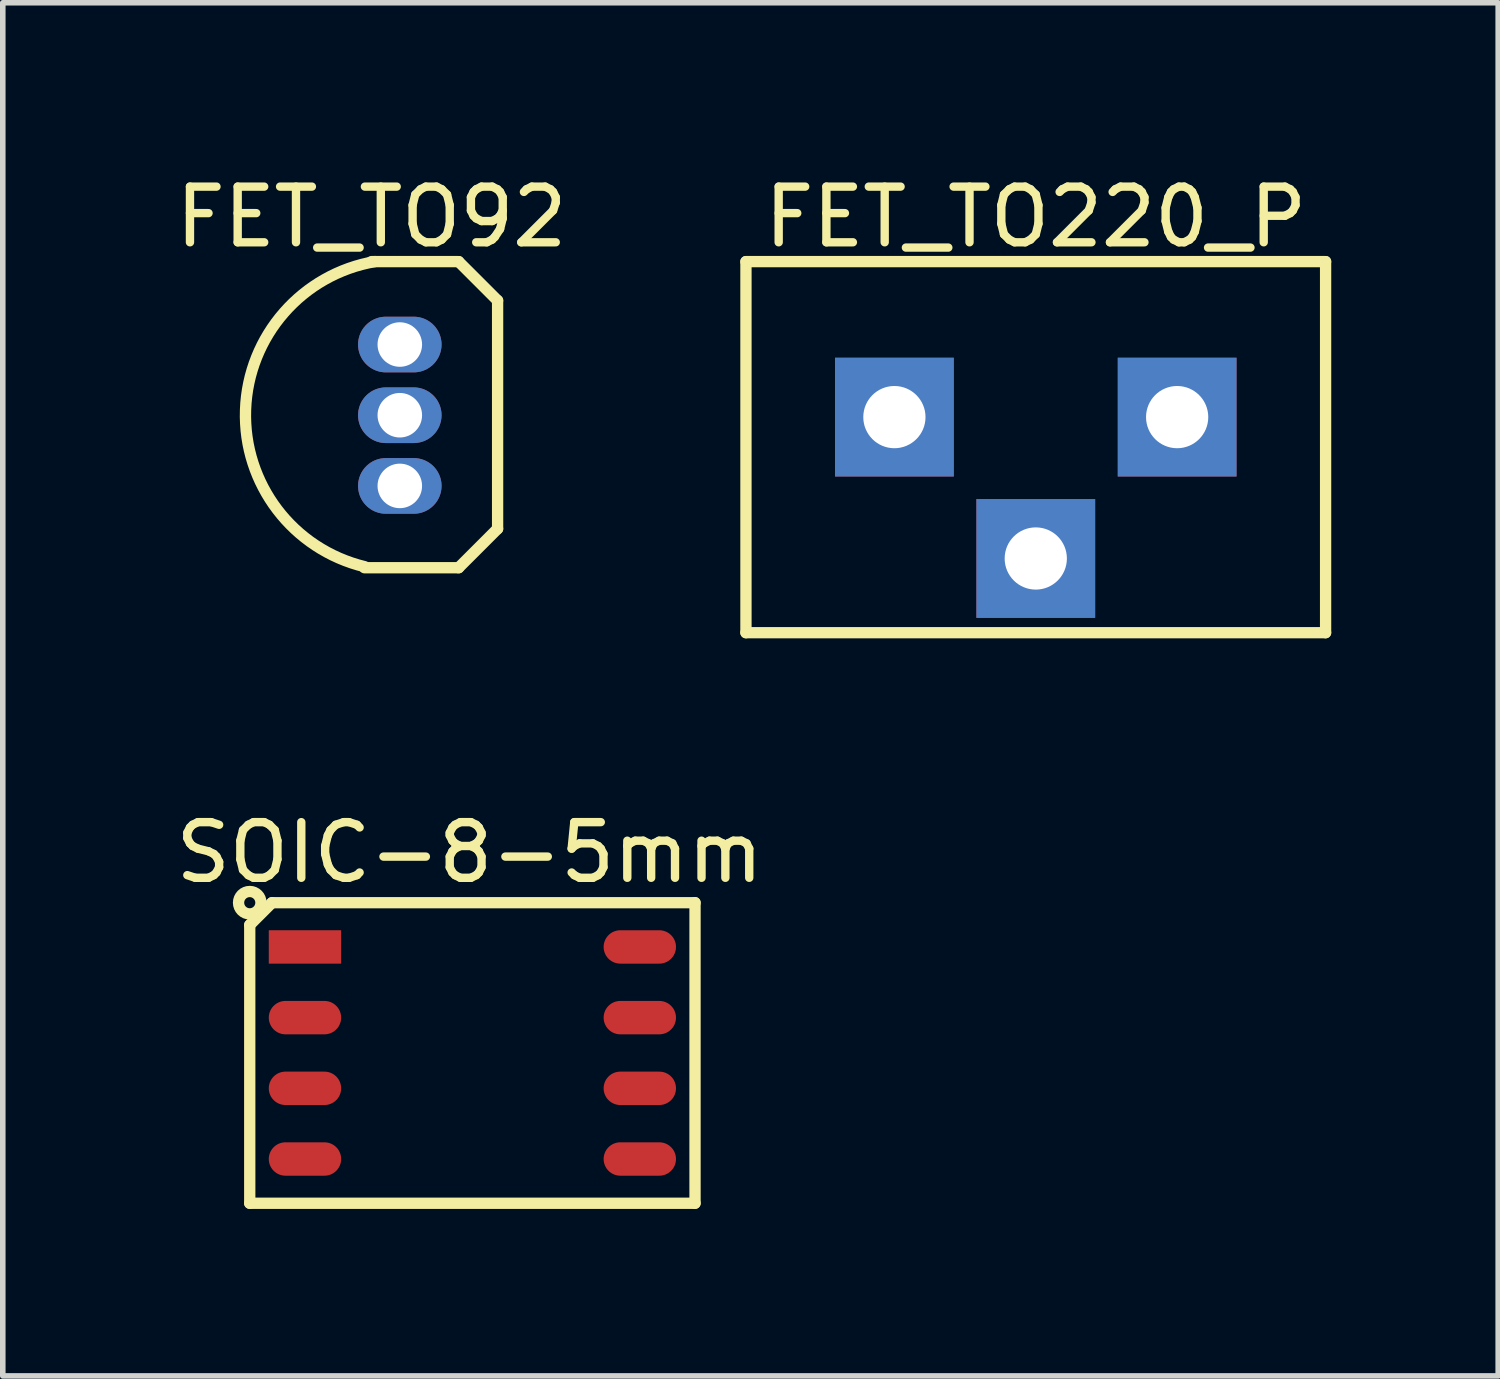
<source format=kicad_pcb>
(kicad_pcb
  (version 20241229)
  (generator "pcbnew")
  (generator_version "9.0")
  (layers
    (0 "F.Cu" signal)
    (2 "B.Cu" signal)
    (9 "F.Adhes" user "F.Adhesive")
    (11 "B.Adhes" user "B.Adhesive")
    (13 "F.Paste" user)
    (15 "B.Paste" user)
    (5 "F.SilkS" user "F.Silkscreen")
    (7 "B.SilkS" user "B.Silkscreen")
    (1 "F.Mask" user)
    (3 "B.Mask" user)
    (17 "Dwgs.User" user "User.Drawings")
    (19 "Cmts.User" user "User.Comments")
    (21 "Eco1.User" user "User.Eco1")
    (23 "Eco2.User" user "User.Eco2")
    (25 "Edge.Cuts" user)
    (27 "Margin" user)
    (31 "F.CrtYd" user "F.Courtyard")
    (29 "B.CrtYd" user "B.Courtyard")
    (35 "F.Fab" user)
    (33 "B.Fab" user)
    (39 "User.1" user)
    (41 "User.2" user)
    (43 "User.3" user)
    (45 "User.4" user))
  (footprint "FET_TO220_P"
    (layer "F.Cu")
    (at 11.876 4.317)
    (property "Reference" "FET_TO220_P" (at 3.683 -3.469 0) (layer "F.SilkS") (effects (font (size 1 1) (thickness 0.15))))
    (fp_line (start -1.524 -2.667) (end 8.89 -2.667) (stroke (width 0.203) (type solid)) (layer "F.SilkS"))
    (fp_line (start -1.524 4) (end -1.524 -2.667) (stroke (width 0.203) (type solid)) (layer "F.SilkS"))
    (fp_line (start -1.524 4) (end 8.89 4) (stroke (width 0.203) (type solid)) (layer "F.SilkS"))
    (fp_line (start 8.89 4) (end 8.89 -2.667) (stroke (width 0.203) (type solid)) (layer "F.SilkS"))
    (pad "D" thru_hole rect (at 3.683 2.667) (size 2.134 2.134) (drill 1.118) (layers "*.Cu" "*.Mask"))
    (pad "G" thru_hole rect (at 1.143 0.127) (size 2.134 2.134) (drill 1.118) (layers "*.Cu" "*.Mask"))
    (pad "S" thru_hole rect (at 6.223 0.127) (size 2.134 2.134) (drill 1.118) (layers "*.Cu" "*.Mask")))
  (footprint "FET_TO92"
    (layer "F.Cu")
    (at 2.99 6.95)
    (property "Reference" "FET_TO92" (at 0.635 -6.102 0) (layer "F.SilkS") (effects (font (size 1 1) (thickness 0.15))))
    (fp_line (start 0.508 0.2) (end 2.2 0.2) (stroke (width 0.203) (type solid)) (layer "F.SilkS"))
    (fp_line (start 0.635 -5.3) (end 2.2 -5.3) (stroke (width 0.203) (type solid)) (layer "F.SilkS"))
    (fp_line (start 2.2 -5.3) (end 2.9 -4.6) (stroke (width 0.203) (type solid)) (layer "F.SilkS"))
    (fp_line (start 2.2 0.2) (end 2.9 -0.5) (stroke (width 0.203) (type solid)) (layer "F.SilkS"))
    (fp_line (start 2.9 -0.5) (end 2.9 -4.6) (stroke (width 0.203) (type solid)) (layer "F.SilkS"))
    (fp_arc (start 0.512502 0.181352) (mid -1.628256 -2.635993) (end 0.699903 -5.300567) (stroke (width 0.2032) (type solid)) (layer "F.SilkS"))
    (pad "1" thru_hole oval (at 1.143 -1.27) (size 1.5 1) (drill 0.8) (layers "*.Cu" "*.Mask"))
    (pad "2" thru_hole oval (at 1.143 -2.54) (size 1.5 1) (drill 0.8) (layers "*.Cu" "*.Mask"))
    (pad "3" thru_hole oval (at 1.143 -3.81) (size 1.5 1) (drill 0.8) (layers "*.Cu" "*.Mask")))
  (footprint "SOIC-8-5mm"
    (layer "F.Cu")
    (at 5.437 15.868)
    (property "Reference" "SOIC-8-5mm" (at -0.05 -3.602 0) (layer "F.SilkS") (effects (font (size 1 1) (thickness 0.15))))
    (fp_line (start -4 -2.3) (end -3.6 -2.7) (stroke (width 0.203) (type solid)) (layer "F.SilkS"))
    (fp_line (start -4 2.7) (end -4 -2.3) (stroke (width 0.203) (type solid)) (layer "F.SilkS"))
    (fp_line (start -4 2.7) (end 4 2.7) (stroke (width 0.203) (type solid)) (layer "F.SilkS"))
    (fp_line (start -3.6 -2.7) (end 4 -2.7) (stroke (width 0.203) (type solid)) (layer "F.SilkS"))
    (fp_line (start 4 2.7) (end 4 -2.7) (stroke (width 0.203) (type solid)) (layer "F.SilkS"))
    (fp_circle (center -4 -2.7) (end -4 -2.8) (stroke (width 0.203) (type solid)) (fill no) (layer "F.SilkS"))
    (pad "D" smd oval (at 3.008 -1.905 90) (size 0.6 1.3) (layers "F.Cu" "F.Mask" "F.Paste"))
    (pad "D" smd oval (at 3.008 -0.635 90) (size 0.6 1.3) (layers "F.Cu" "F.Mask" "F.Paste"))
    (pad "D" smd oval (at 3.008 0.635 90) (size 0.6 1.3) (layers "F.Cu" "F.Mask" "F.Paste"))
    (pad "D" smd oval (at 3.008 1.905 90) (size 0.6 1.3) (layers "F.Cu" "F.Mask" "F.Paste"))
    (pad "G" smd oval (at -3.008 1.905 90) (size 0.6 1.3) (layers "F.Cu" "F.Mask" "F.Paste"))
    (pad "S" smd rect (at -3.008 -1.905 90) (size 0.6 1.3) (layers "F.Cu" "F.Mask" "F.Paste"))
    (pad "S" smd oval (at -3.008 -0.635 90) (size 0.6 1.3) (layers "F.Cu" "F.Mask" "F.Paste"))
    (pad "S" smd oval (at -3.008 0.635 90) (size 0.6 1.3) (layers "F.Cu" "F.Mask" "F.Paste")))
  (gr_rect
    (start -3 -3)
    (end 23.867 21.67)
    (stroke (width 0.1) (type default))
    (fill no)
    (layer "Edge.Cuts")))
</source>
